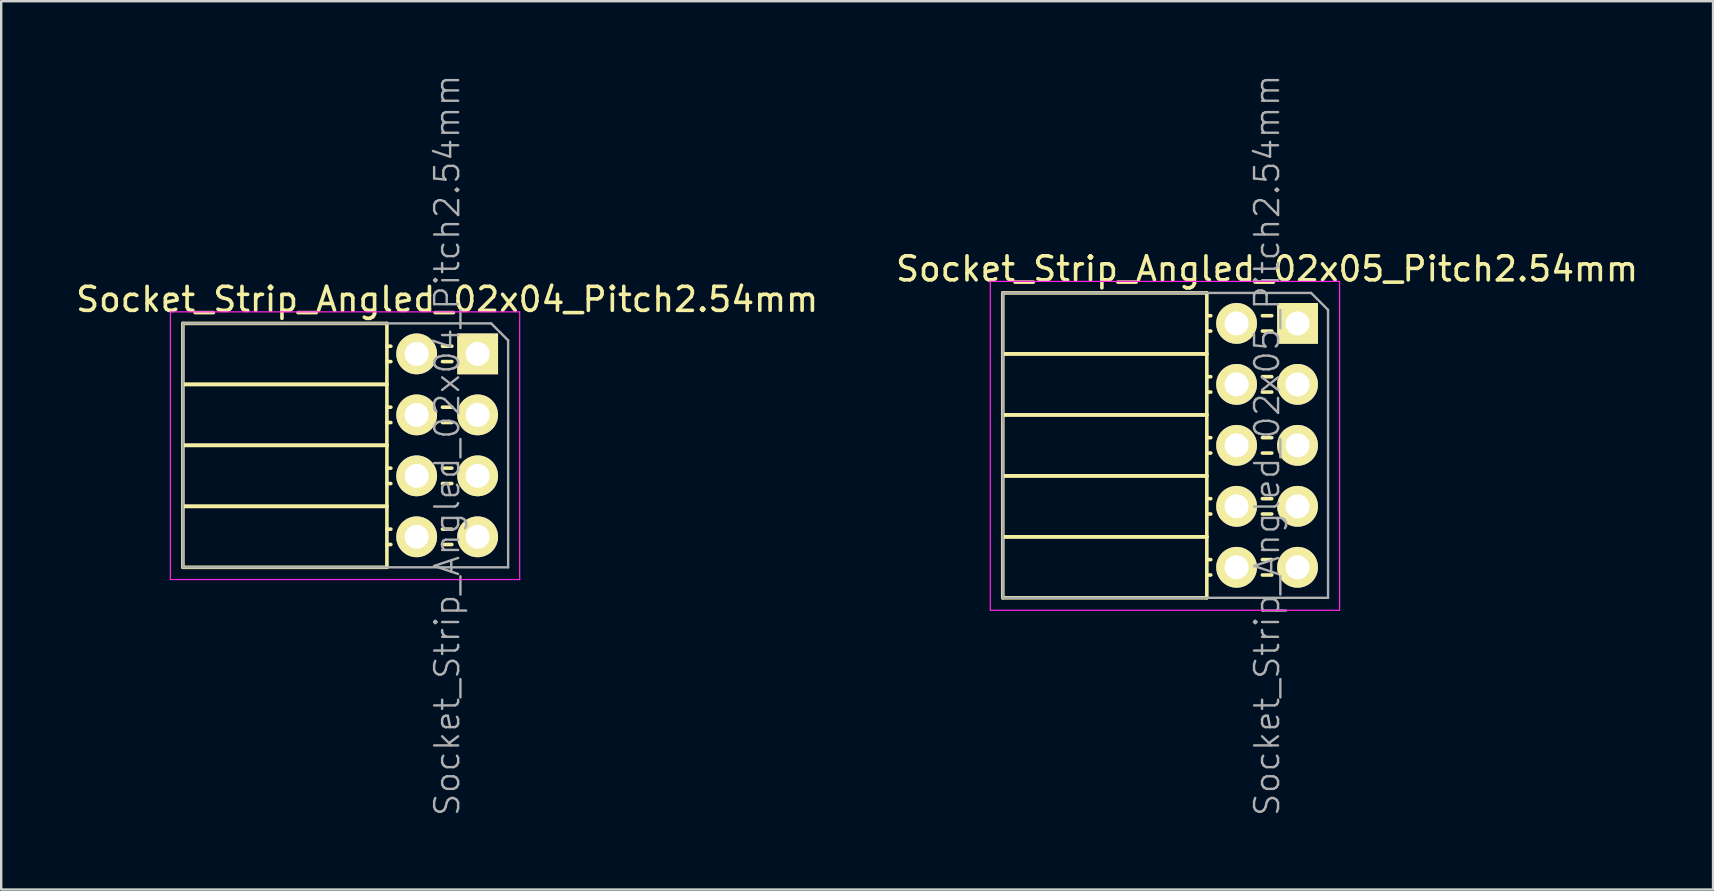
<source format=kicad_pcb>
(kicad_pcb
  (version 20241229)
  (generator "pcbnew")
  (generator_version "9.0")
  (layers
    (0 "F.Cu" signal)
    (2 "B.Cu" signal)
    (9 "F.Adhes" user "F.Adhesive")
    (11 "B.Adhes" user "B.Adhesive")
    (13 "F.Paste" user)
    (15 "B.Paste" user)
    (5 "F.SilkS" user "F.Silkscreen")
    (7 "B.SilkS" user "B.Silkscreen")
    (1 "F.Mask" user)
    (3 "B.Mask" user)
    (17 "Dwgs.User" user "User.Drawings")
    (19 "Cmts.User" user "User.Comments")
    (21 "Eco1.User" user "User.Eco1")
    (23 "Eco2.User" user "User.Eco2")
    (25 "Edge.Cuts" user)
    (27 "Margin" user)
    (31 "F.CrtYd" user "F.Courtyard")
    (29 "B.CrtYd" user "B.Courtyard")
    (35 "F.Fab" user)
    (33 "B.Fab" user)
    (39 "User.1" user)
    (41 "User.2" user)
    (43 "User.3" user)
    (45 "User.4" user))
  (footprint "Socket_Strip_Angled_02x05_Pitch2.54mm"
    (layer "F.Cu")
    (at 51.002 10.422)
    (property "Reference" "Socket_Strip_Angled_02x05_Pitch2.54mm" (at -1.27 -2.27 0) (layer "F.SilkS") (effects (font (size 1 1) (thickness 0.15))))
    (attr smd)
    (fp_line (start -12.28 -1.27) (end -12.28 1.27) (stroke (width 0.15) (type solid)) (layer "F.SilkS"))
    (fp_line (start -12.28 -1.27) (end -3.78 -1.27) (stroke (width 0.15) (type solid)) (layer "F.SilkS"))
    (fp_line (start -12.28 1.27) (end -12.28 3.81) (stroke (width 0.15) (type solid)) (layer "F.SilkS"))
    (fp_line (start -12.28 1.27) (end -3.78 1.27) (stroke (width 0.15) (type solid)) (layer "F.SilkS"))
    (fp_line (start -12.28 1.27) (end -3.78 1.27) (stroke (width 0.15) (type solid)) (layer "F.SilkS"))
    (fp_line (start -12.28 3.81) (end -12.28 6.35) (stroke (width 0.15) (type solid)) (layer "F.SilkS"))
    (fp_line (start -12.28 3.81) (end -3.78 3.81) (stroke (width 0.15) (type solid)) (layer "F.SilkS"))
    (fp_line (start -12.28 3.81) (end -3.78 3.81) (stroke (width 0.15) (type solid)) (layer "F.SilkS"))
    (fp_line (start -12.28 6.35) (end -12.28 8.89) (stroke (width 0.15) (type solid)) (layer "F.SilkS"))
    (fp_line (start -12.28 6.35) (end -3.78 6.35) (stroke (width 0.15) (type solid)) (layer "F.SilkS"))
    (fp_line (start -12.28 6.35) (end -3.78 6.35) (stroke (width 0.15) (type solid)) (layer "F.SilkS"))
    (fp_line (start -12.28 8.89) (end -12.28 11.43) (stroke (width 0.15) (type solid)) (layer "F.SilkS"))
    (fp_line (start -12.28 8.89) (end -3.78 8.89) (stroke (width 0.15) (type solid)) (layer "F.SilkS"))
    (fp_line (start -12.28 8.89) (end -3.78 8.89) (stroke (width 0.15) (type solid)) (layer "F.SilkS"))
    (fp_line (start -12.28 11.43) (end -3.78 11.43) (stroke (width 0.15) (type solid)) (layer "F.SilkS"))
    (fp_line (start -3.78 -1.27) (end -3.78 1.27) (stroke (width 0.15) (type solid)) (layer "F.SilkS"))
    (fp_line (start -3.78 -0.32) (end -3.615 -0.32) (stroke (width 0.15) (type solid)) (layer "F.SilkS"))
    (fp_line (start -3.78 0.32) (end -3.615 0.32) (stroke (width 0.15) (type solid)) (layer "F.SilkS"))
    (fp_line (start -3.78 1.27) (end -3.78 3.81) (stroke (width 0.15) (type solid)) (layer "F.SilkS"))
    (fp_line (start -3.78 2.22) (end -3.615 2.22) (stroke (width 0.15) (type solid)) (layer "F.SilkS"))
    (fp_line (start -3.78 2.86) (end -3.615 2.86) (stroke (width 0.15) (type solid)) (layer "F.SilkS"))
    (fp_line (start -3.78 3.81) (end -3.78 6.35) (stroke (width 0.15) (type solid)) (layer "F.SilkS"))
    (fp_line (start -3.78 4.76) (end -3.615 4.76) (stroke (width 0.15) (type solid)) (layer "F.SilkS"))
    (fp_line (start -3.78 5.4) (end -3.615 5.4) (stroke (width 0.15) (type solid)) (layer "F.SilkS"))
    (fp_line (start -3.78 6.35) (end -3.78 8.89) (stroke (width 0.15) (type solid)) (layer "F.SilkS"))
    (fp_line (start -3.78 7.3) (end -3.615 7.3) (stroke (width 0.15) (type solid)) (layer "F.SilkS"))
    (fp_line (start -3.78 7.94) (end -3.615 7.94) (stroke (width 0.15) (type solid)) (layer "F.SilkS"))
    (fp_line (start -3.78 8.89) (end -3.78 11.43) (stroke (width 0.15) (type solid)) (layer "F.SilkS"))
    (fp_line (start -3.78 9.84) (end -3.615 9.84) (stroke (width 0.15) (type solid)) (layer "F.SilkS"))
    (fp_line (start -3.78 10.48) (end -3.615 10.48) (stroke (width 0.15) (type solid)) (layer "F.SilkS"))
    (fp_line (start -1.075 -0.32) (end -1.465 -0.32) (stroke (width 0.15) (type solid)) (layer "F.SilkS"))
    (fp_line (start -1.075 0.32) (end -1.465 0.32) (stroke (width 0.15) (type solid)) (layer "F.SilkS"))
    (fp_line (start -1.075 2.22) (end -1.465 2.22) (stroke (width 0.15) (type solid)) (layer "F.SilkS"))
    (fp_line (start -1.075 2.86) (end -1.465 2.86) (stroke (width 0.15) (type solid)) (layer "F.SilkS"))
    (fp_line (start -1.075 4.76) (end -1.465 4.76) (stroke (width 0.15) (type solid)) (layer "F.SilkS"))
    (fp_line (start -1.075 5.4) (end -1.465 5.4) (stroke (width 0.15) (type solid)) (layer "F.SilkS"))
    (fp_line (start -1.075 7.3) (end -1.465 7.3) (stroke (width 0.15) (type solid)) (layer "F.SilkS"))
    (fp_line (start -1.075 7.94) (end -1.465 7.94) (stroke (width 0.15) (type solid)) (layer "F.SilkS"))
    (fp_line (start -1.075 9.84) (end -1.465 9.84) (stroke (width 0.15) (type solid)) (layer "F.SilkS"))
    (fp_line (start -1.075 10.48) (end -1.465 10.48) (stroke (width 0.15) (type solid)) (layer "F.SilkS"))
    (fp_line (start -12.8 -1.75) (end 1.75 -1.75) (stroke (width 0.05) (type solid)) (layer "F.CrtYd"))
    (fp_line (start -12.8 11.95) (end -12.8 -1.75) (stroke (width 0.05) (type solid)) (layer "F.CrtYd"))
    (fp_line (start -12.8 11.95) (end 1.75 11.95) (stroke (width 0.05) (type solid)) (layer "F.CrtYd"))
    (fp_line (start 1.75 11.95) (end 1.75 -1.75) (stroke (width 0.05) (type solid)) (layer "F.CrtYd"))
    (fp_line (start -12.28 -1.27) (end 0.563 -1.27) (stroke (width 0.1) (type solid)) (layer "F.Fab"))
    (fp_line (start -12.28 11.43) (end -12.28 -1.27) (stroke (width 0.1) (type solid)) (layer "F.Fab"))
    (fp_line (start -12.28 11.43) (end 1.27 11.43) (stroke (width 0.1) (type solid)) (layer "F.Fab"))
    (fp_line (start 1.27 -0.563) (end 0.563 -1.27) (stroke (width 0.1) (type solid)) (layer "F.Fab"))
    (fp_line (start 1.27 11.43) (end 1.27 -0.563) (stroke (width 0.1) (type solid)) (layer "F.Fab"))
    (fp_text user "${REFERENCE}" (at -1.27 5.08 90) (layer "F.Fab") (effects (font (size 1 1) (thickness 0.1))))
    (pad "1" thru_hole rect (at 0 0) (size 1.7 1.7) (drill 1) (layers "*.Cu" "*.Mask" "F.SilkS"))
    (pad "2" thru_hole oval (at -2.54 0) (size 1.7 1.7) (drill 1) (layers "*.Cu" "*.Mask" "F.SilkS"))
    (pad "3" thru_hole oval (at 0 2.54) (size 1.7 1.7) (drill 1) (layers "*.Cu" "*.Mask" "F.SilkS"))
    (pad "4" thru_hole oval (at -2.54 2.54) (size 1.7 1.7) (drill 1) (layers "*.Cu" "*.Mask" "F.SilkS"))
    (pad "5" thru_hole oval (at 0 5.08) (size 1.7 1.7) (drill 1) (layers "*.Cu" "*.Mask" "F.SilkS"))
    (pad "6" thru_hole oval (at -2.54 5.08) (size 1.7 1.7) (drill 1) (layers "*.Cu" "*.Mask" "F.SilkS"))
    (pad "7" thru_hole oval (at 0 7.62) (size 1.7 1.7) (drill 1) (layers "*.Cu" "*.Mask" "F.SilkS"))
    (pad "8" thru_hole oval (at -2.54 7.62) (size 1.7 1.7) (drill 1) (layers "*.Cu" "*.Mask" "F.SilkS"))
    (pad "9" thru_hole oval (at 0 10.16) (size 1.7 1.7) (drill 1) (layers "*.Cu" "*.Mask" "F.SilkS"))
    (pad "10" thru_hole oval (at -2.54 10.16) (size 1.7 1.7) (drill 1) (layers "*.Cu" "*.Mask" "F.SilkS")))
  (footprint "Socket_Strip_Angled_02x04_Pitch2.54mm"
    (layer "F.Cu")
    (at 16.847 11.692)
    (property "Reference" "Socket_Strip_Angled_02x04_Pitch2.54mm" (at -1.27 -2.27 0) (layer "F.SilkS") (effects (font (size 1 1) (thickness 0.15))))
    (attr smd)
    (fp_line (start -12.28 -1.27) (end -12.28 1.27) (stroke (width 0.15) (type solid)) (layer "F.SilkS"))
    (fp_line (start -12.28 -1.27) (end -3.78 -1.27) (stroke (width 0.15) (type solid)) (layer "F.SilkS"))
    (fp_line (start -12.28 1.27) (end -12.28 3.81) (stroke (width 0.15) (type solid)) (layer "F.SilkS"))
    (fp_line (start -12.28 1.27) (end -3.78 1.27) (stroke (width 0.15) (type solid)) (layer "F.SilkS"))
    (fp_line (start -12.28 1.27) (end -3.78 1.27) (stroke (width 0.15) (type solid)) (layer "F.SilkS"))
    (fp_line (start -12.28 3.81) (end -12.28 6.35) (stroke (width 0.15) (type solid)) (layer "F.SilkS"))
    (fp_line (start -12.28 3.81) (end -3.78 3.81) (stroke (width 0.15) (type solid)) (layer "F.SilkS"))
    (fp_line (start -12.28 3.81) (end -3.78 3.81) (stroke (width 0.15) (type solid)) (layer "F.SilkS"))
    (fp_line (start -12.28 6.35) (end -12.28 8.89) (stroke (width 0.15) (type solid)) (layer "F.SilkS"))
    (fp_line (start -12.28 6.35) (end -3.78 6.35) (stroke (width 0.15) (type solid)) (layer "F.SilkS"))
    (fp_line (start -12.28 6.35) (end -3.78 6.35) (stroke (width 0.15) (type solid)) (layer "F.SilkS"))
    (fp_line (start -12.28 8.89) (end -3.78 8.89) (stroke (width 0.15) (type solid)) (layer "F.SilkS"))
    (fp_line (start -3.78 -1.27) (end -3.78 1.27) (stroke (width 0.15) (type solid)) (layer "F.SilkS"))
    (fp_line (start -3.78 -0.32) (end -3.615 -0.32) (stroke (width 0.15) (type solid)) (layer "F.SilkS"))
    (fp_line (start -3.78 0.32) (end -3.615 0.32) (stroke (width 0.15) (type solid)) (layer "F.SilkS"))
    (fp_line (start -3.78 1.27) (end -3.78 3.81) (stroke (width 0.15) (type solid)) (layer "F.SilkS"))
    (fp_line (start -3.78 2.22) (end -3.615 2.22) (stroke (width 0.15) (type solid)) (layer "F.SilkS"))
    (fp_line (start -3.78 2.86) (end -3.615 2.86) (stroke (width 0.15) (type solid)) (layer "F.SilkS"))
    (fp_line (start -3.78 3.81) (end -3.78 6.35) (stroke (width 0.15) (type solid)) (layer "F.SilkS"))
    (fp_line (start -3.78 4.76) (end -3.615 4.76) (stroke (width 0.15) (type solid)) (layer "F.SilkS"))
    (fp_line (start -3.78 5.4) (end -3.615 5.4) (stroke (width 0.15) (type solid)) (layer "F.SilkS"))
    (fp_line (start -3.78 6.35) (end -3.78 8.89) (stroke (width 0.15) (type solid)) (layer "F.SilkS"))
    (fp_line (start -3.78 7.3) (end -3.615 7.3) (stroke (width 0.15) (type solid)) (layer "F.SilkS"))
    (fp_line (start -3.78 7.94) (end -3.615 7.94) (stroke (width 0.15) (type solid)) (layer "F.SilkS"))
    (fp_line (start -1.075 -0.32) (end -1.465 -0.32) (stroke (width 0.15) (type solid)) (layer "F.SilkS"))
    (fp_line (start -1.075 0.32) (end -1.465 0.32) (stroke (width 0.15) (type solid)) (layer "F.SilkS"))
    (fp_line (start -1.075 2.22) (end -1.465 2.22) (stroke (width 0.15) (type solid)) (layer "F.SilkS"))
    (fp_line (start -1.075 2.86) (end -1.465 2.86) (stroke (width 0.15) (type solid)) (layer "F.SilkS"))
    (fp_line (start -1.075 4.76) (end -1.465 4.76) (stroke (width 0.15) (type solid)) (layer "F.SilkS"))
    (fp_line (start -1.075 5.4) (end -1.465 5.4) (stroke (width 0.15) (type solid)) (layer "F.SilkS"))
    (fp_line (start -1.075 7.3) (end -1.465 7.3) (stroke (width 0.15) (type solid)) (layer "F.SilkS"))
    (fp_line (start -1.075 7.94) (end -1.465 7.94) (stroke (width 0.15) (type solid)) (layer "F.SilkS"))
    (fp_line (start -12.8 -1.75) (end 1.75 -1.75) (stroke (width 0.05) (type solid)) (layer "F.CrtYd"))
    (fp_line (start -12.8 9.4) (end -12.8 -1.75) (stroke (width 0.05) (type solid)) (layer "F.CrtYd"))
    (fp_line (start -12.8 9.4) (end 1.75 9.4) (stroke (width 0.05) (type solid)) (layer "F.CrtYd"))
    (fp_line (start 1.75 9.4) (end 1.75 -1.75) (stroke (width 0.05) (type solid)) (layer "F.CrtYd"))
    (fp_line (start -12.28 -1.27) (end 0.563 -1.27) (stroke (width 0.1) (type solid)) (layer "F.Fab"))
    (fp_line (start -12.28 8.89) (end -12.28 -1.27) (stroke (width 0.1) (type solid)) (layer "F.Fab"))
    (fp_line (start -12.28 8.89) (end 1.27 8.89) (stroke (width 0.1) (type solid)) (layer "F.Fab"))
    (fp_line (start 1.27 -0.563) (end 0.563 -1.27) (stroke (width 0.1) (type solid)) (layer "F.Fab"))
    (fp_line (start 1.27 8.89) (end 1.27 -0.563) (stroke (width 0.1) (type solid)) (layer "F.Fab"))
    (fp_text user "${REFERENCE}" (at -1.27 3.81 90) (layer "F.Fab") (effects (font (size 1 1) (thickness 0.1))))
    (pad "1" thru_hole rect (at 0 0) (size 1.7 1.7) (drill 1) (layers "*.Cu" "*.Mask" "F.SilkS"))
    (pad "2" thru_hole oval (at -2.54 0) (size 1.7 1.7) (drill 1) (layers "*.Cu" "*.Mask" "F.SilkS"))
    (pad "3" thru_hole oval (at 0 2.54) (size 1.7 1.7) (drill 1) (layers "*.Cu" "*.Mask" "F.SilkS"))
    (pad "4" thru_hole oval (at -2.54 2.54) (size 1.7 1.7) (drill 1) (layers "*.Cu" "*.Mask" "F.SilkS"))
    (pad "5" thru_hole oval (at 0 5.08) (size 1.7 1.7) (drill 1) (layers "*.Cu" "*.Mask" "F.SilkS"))
    (pad "6" thru_hole oval (at -2.54 5.08) (size 1.7 1.7) (drill 1) (layers "*.Cu" "*.Mask" "F.SilkS"))
    (pad "7" thru_hole oval (at 0 7.62) (size 1.7 1.7) (drill 1) (layers "*.Cu" "*.Mask" "F.SilkS"))
    (pad "8" thru_hole oval (at -2.54 7.62) (size 1.7 1.7) (drill 1) (layers "*.Cu" "*.Mask" "F.SilkS")))
  (gr_rect
    (start -3 -3)
    (end 68.31 34.005)
    (stroke (width 0.1) (type default))
    (fill no)
    (layer "Edge.Cuts")))
</source>
